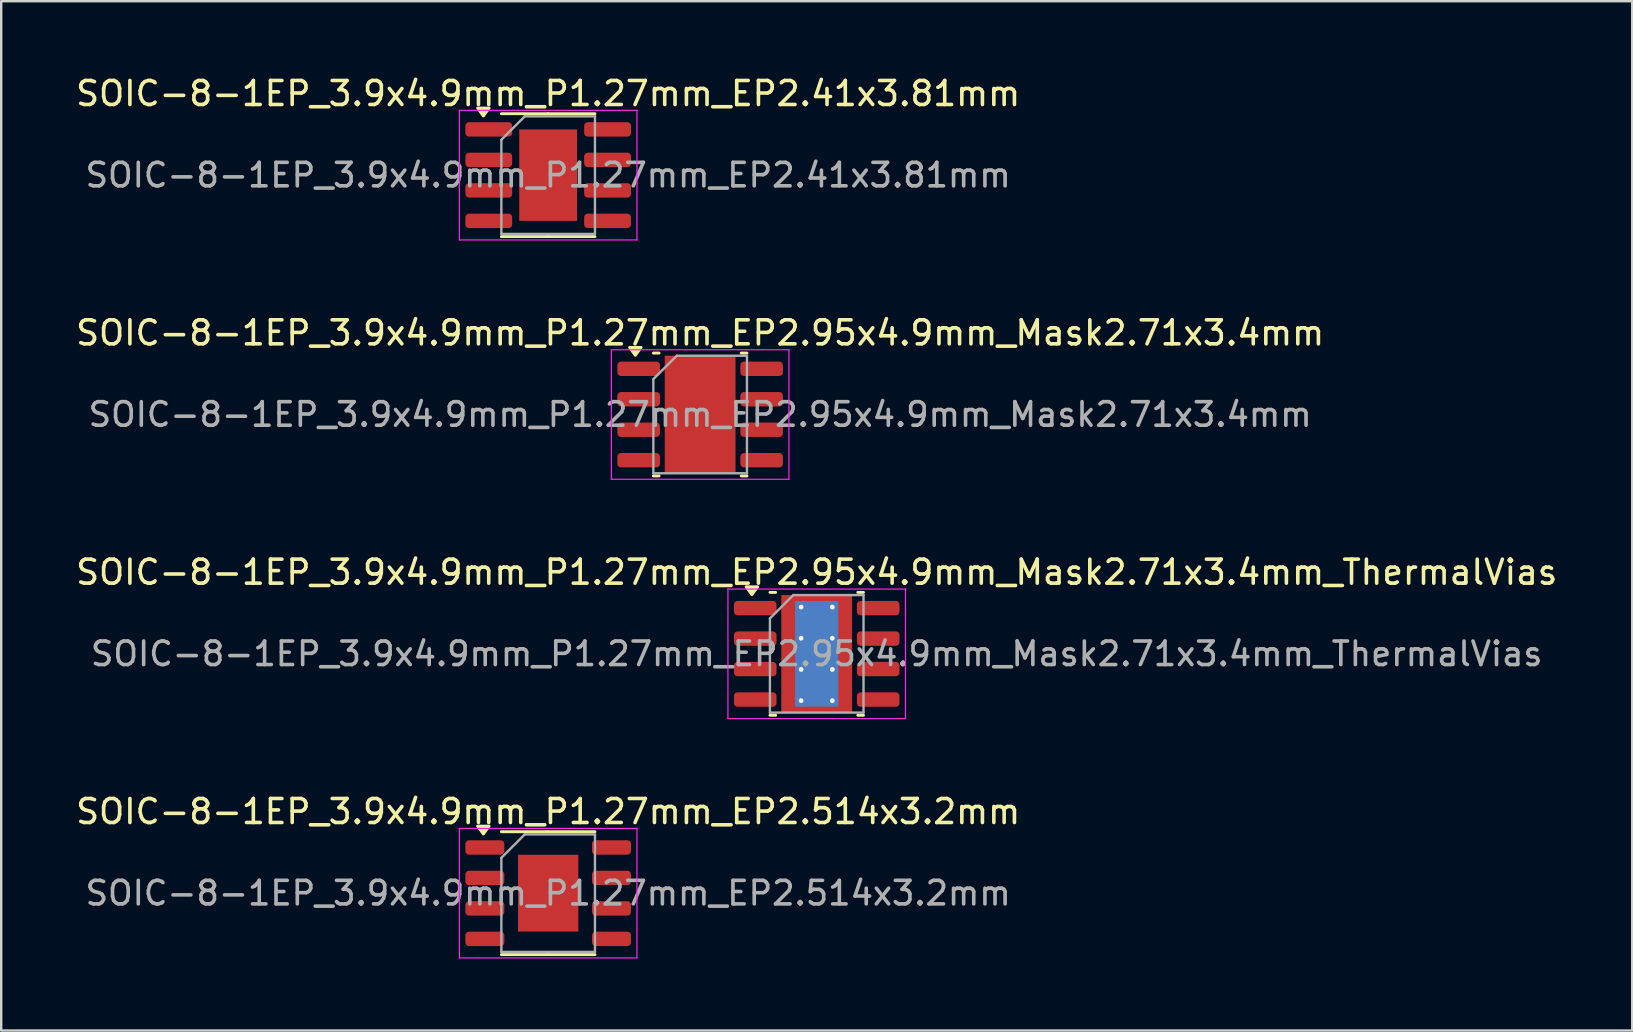
<source format=kicad_pcb>
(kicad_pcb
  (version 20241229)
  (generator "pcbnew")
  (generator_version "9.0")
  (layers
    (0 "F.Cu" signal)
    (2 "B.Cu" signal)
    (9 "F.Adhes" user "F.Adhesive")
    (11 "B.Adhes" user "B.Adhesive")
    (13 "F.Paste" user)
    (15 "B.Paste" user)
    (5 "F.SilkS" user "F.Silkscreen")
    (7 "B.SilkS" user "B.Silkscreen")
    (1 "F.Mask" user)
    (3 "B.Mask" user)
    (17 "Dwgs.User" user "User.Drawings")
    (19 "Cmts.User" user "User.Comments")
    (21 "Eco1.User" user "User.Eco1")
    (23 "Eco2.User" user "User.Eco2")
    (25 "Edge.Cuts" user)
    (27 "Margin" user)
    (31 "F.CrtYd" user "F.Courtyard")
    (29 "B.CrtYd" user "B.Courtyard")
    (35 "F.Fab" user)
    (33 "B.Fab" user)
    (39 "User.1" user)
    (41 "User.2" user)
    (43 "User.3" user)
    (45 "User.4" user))
  (footprint "SOIC-8-1EP_3.9x4.9mm_P1.27mm_EP2.95x4.9mm_Mask2.71x3.4mm_ThermalVias"
    (layer "F.Cu")
    (at 30.982 24.195)
    (property "Reference" "SOIC-8-1EP_3.9x4.9mm_P1.27mm_EP2.95x4.9mm_Mask2.71x3.4mm_ThermalVias" (at 0 -3.4 0) (layer "F.SilkS") (effects (font (size 1 1) (thickness 0.15))))
    (attr smd)
    (fp_line (start -1.711 -2.56) (end -1.95 -2.56) (stroke (width 0.12) (type solid)) (layer "F.SilkS"))
    (fp_line (start -1.711 2.56) (end -1.95 2.56) (stroke (width 0.12) (type solid)) (layer "F.SilkS"))
    (fp_line (start 1.711 -2.56) (end 1.95 -2.56) (stroke (width 0.12) (type solid)) (layer "F.SilkS"))
    (fp_line (start 1.711 2.56) (end 1.95 2.56) (stroke (width 0.12) (type solid)) (layer "F.SilkS"))
    (fp_poly (pts (xy -2.7 -2.465) (xy -2.94 -2.795) (xy -2.46 -2.795) (xy -2.7 -2.465)) (stroke (width 0.12) (type solid)) (fill yes) (layer "F.SilkS"))
    (fp_line (start -3.7 -2.7) (end -3.7 2.7) (stroke (width 0.05) (type solid)) (layer "F.CrtYd"))
    (fp_line (start -3.7 2.7) (end 3.7 2.7) (stroke (width 0.05) (type solid)) (layer "F.CrtYd"))
    (fp_line (start 3.7 -2.7) (end -3.7 -2.7) (stroke (width 0.05) (type solid)) (layer "F.CrtYd"))
    (fp_line (start 3.7 2.7) (end 3.7 -2.7) (stroke (width 0.05) (type solid)) (layer "F.CrtYd"))
    (fp_line (start -1.95 -1.475) (end -0.975 -2.45) (stroke (width 0.1) (type solid)) (layer "F.Fab"))
    (fp_line (start -1.95 2.45) (end -1.95 -1.475) (stroke (width 0.1) (type solid)) (layer "F.Fab"))
    (fp_line (start -0.975 -2.45) (end 1.95 -2.45) (stroke (width 0.1) (type solid)) (layer "F.Fab"))
    (fp_line (start 1.95 -2.45) (end 1.95 2.45) (stroke (width 0.1) (type solid)) (layer "F.Fab"))
    (fp_line (start 1.95 2.45) (end -1.95 2.45) (stroke (width 0.1) (type solid)) (layer "F.Fab"))
    (fp_text user "${REFERENCE}" (at 0 0 0) (layer "F.Fab") (effects (font (size 0.98 0.98) (thickness 0.15))))
    (pad "" smd roundrect (at -0.68 -0.85) (size 1.13 1.42) (layers "F.Paste") (roundrect_rratio 0.221))
    (pad "" smd roundrect (at -0.68 0.85) (size 1.13 1.42) (layers "F.Paste") (roundrect_rratio 0.221))
    (pad "" smd rect (at 0 0) (size 2.71 3.4) (layers "F.Mask"))
    (pad "" smd roundrect (at 0.68 -0.85) (size 1.13 1.42) (layers "F.Paste") (roundrect_rratio 0.221))
    (pad "" smd roundrect (at 0.68 0.85) (size 1.13 1.42) (layers "F.Paste") (roundrect_rratio 0.221))
    (pad "1" smd roundrect (at -2.562 -1.905) (size 1.775 0.6) (layers "F.Cu" "F.Mask" "F.Paste") (roundrect_rratio 0.25))
    (pad "2" smd roundrect (at -2.562 -0.635) (size 1.775 0.6) (layers "F.Cu" "F.Mask" "F.Paste") (roundrect_rratio 0.25))
    (pad "3" smd roundrect (at -2.562 0.635) (size 1.775 0.6) (layers "F.Cu" "F.Mask" "F.Paste") (roundrect_rratio 0.25))
    (pad "4" smd roundrect (at -2.562 1.905) (size 1.775 0.6) (layers "F.Cu" "F.Mask" "F.Paste") (roundrect_rratio 0.25))
    (pad "5" smd roundrect (at 2.562 1.905) (size 1.775 0.6) (layers "F.Cu" "F.Mask" "F.Paste") (roundrect_rratio 0.25))
    (pad "6" smd roundrect (at 2.562 0.635) (size 1.775 0.6) (layers "F.Cu" "F.Mask" "F.Paste") (roundrect_rratio 0.25))
    (pad "7" smd roundrect (at 2.562 -0.635) (size 1.775 0.6) (layers "F.Cu" "F.Mask" "F.Paste") (roundrect_rratio 0.25))
    (pad "8" smd roundrect (at 2.562 -1.905) (size 1.775 0.6) (layers "F.Cu" "F.Mask" "F.Paste") (roundrect_rratio 0.25))
    (pad "9" thru_hole circle (at -0.65 -1.95) (size 0.5 0.5) (drill 0.2) (property pad_prop_heatsink) (layers "*.Cu"))
    (pad "9" thru_hole circle (at -0.65 -0.65) (size 0.5 0.5) (drill 0.2) (property pad_prop_heatsink) (layers "*.Cu"))
    (pad "9" thru_hole circle (at -0.65 0.65) (size 0.5 0.5) (drill 0.2) (property pad_prop_heatsink) (layers "*.Cu"))
    (pad "9" thru_hole circle (at -0.65 1.95) (size 0.5 0.5) (drill 0.2) (property pad_prop_heatsink) (layers "*.Cu"))
    (pad "9" smd rect (at 0 0) (size 1.8 4.4) (property pad_prop_heatsink) (layers "B.Cu"))
    (pad "9" smd rect (at 0 0) (size 2.95 4.9) (property pad_prop_heatsink) (layers "F.Cu"))
    (pad "9" thru_hole circle (at 0.65 -1.95) (size 0.5 0.5) (drill 0.2) (property pad_prop_heatsink) (layers "*.Cu"))
    (pad "9" thru_hole circle (at 0.65 -0.65) (size 0.5 0.5) (drill 0.2) (property pad_prop_heatsink) (layers "*.Cu"))
    (pad "9" thru_hole circle (at 0.65 0.65) (size 0.5 0.5) (drill 0.2) (property pad_prop_heatsink) (layers "*.Cu"))
    (pad "9" thru_hole circle (at 0.65 1.95) (size 0.5 0.5) (drill 0.2) (property pad_prop_heatsink) (layers "*.Cu")))
  (footprint "SOIC-8-1EP_3.9x4.9mm_P1.27mm_EP2.41x3.81mm"
    (layer "F.Cu")
    (at 19.792 4.248)
    (property "Reference" "SOIC-8-1EP_3.9x4.9mm_P1.27mm_EP2.41x3.81mm" (at 0 -3.4 0) (layer "F.SilkS") (effects (font (size 1 1) (thickness 0.15))))
    (attr smd)
    (fp_line (start 0 -2.56) (end -1.95 -2.56) (stroke (width 0.12) (type solid)) (layer "F.SilkS"))
    (fp_line (start 0 -2.56) (end 1.95 -2.56) (stroke (width 0.12) (type solid)) (layer "F.SilkS"))
    (fp_line (start 0 2.56) (end -1.95 2.56) (stroke (width 0.12) (type solid)) (layer "F.SilkS"))
    (fp_line (start 0 2.56) (end 1.95 2.56) (stroke (width 0.12) (type solid)) (layer "F.SilkS"))
    (fp_poly (pts (xy -2.7 -2.465) (xy -2.94 -2.795) (xy -2.46 -2.795) (xy -2.7 -2.465)) (stroke (width 0.12) (type solid)) (fill yes) (layer "F.SilkS"))
    (fp_line (start -3.7 -2.7) (end -3.7 2.7) (stroke (width 0.05) (type solid)) (layer "F.CrtYd"))
    (fp_line (start -3.7 2.7) (end 3.7 2.7) (stroke (width 0.05) (type solid)) (layer "F.CrtYd"))
    (fp_line (start 3.7 -2.7) (end -3.7 -2.7) (stroke (width 0.05) (type solid)) (layer "F.CrtYd"))
    (fp_line (start 3.7 2.7) (end 3.7 -2.7) (stroke (width 0.05) (type solid)) (layer "F.CrtYd"))
    (fp_line (start -1.95 -1.475) (end -0.975 -2.45) (stroke (width 0.1) (type solid)) (layer "F.Fab"))
    (fp_line (start -1.95 2.45) (end -1.95 -1.475) (stroke (width 0.1) (type solid)) (layer "F.Fab"))
    (fp_line (start -0.975 -2.45) (end 1.95 -2.45) (stroke (width 0.1) (type solid)) (layer "F.Fab"))
    (fp_line (start 1.95 -2.45) (end 1.95 2.45) (stroke (width 0.1) (type solid)) (layer "F.Fab"))
    (fp_line (start 1.95 2.45) (end -1.95 2.45) (stroke (width 0.1) (type solid)) (layer "F.Fab"))
    (fp_text user "${REFERENCE}" (at 0 0 0) (layer "F.Fab") (effects (font (size 0.98 0.98) (thickness 0.15))))
    (pad "" smd roundrect (at -0.6 -0.95) (size 0.97 1.54) (layers "F.Paste") (roundrect_rratio 0.25))
    (pad "" smd roundrect (at -0.6 0.95) (size 0.97 1.54) (layers "F.Paste") (roundrect_rratio 0.25))
    (pad "" smd roundrect (at 0.6 -0.95) (size 0.97 1.54) (layers "F.Paste") (roundrect_rratio 0.25))
    (pad "" smd roundrect (at 0.6 0.95) (size 0.97 1.54) (layers "F.Paste") (roundrect_rratio 0.25))
    (pad "1" smd roundrect (at -2.475 -1.905) (size 1.95 0.6) (layers "F.Cu" "F.Mask" "F.Paste") (roundrect_rratio 0.25))
    (pad "2" smd roundrect (at -2.475 -0.635) (size 1.95 0.6) (layers "F.Cu" "F.Mask" "F.Paste") (roundrect_rratio 0.25))
    (pad "3" smd roundrect (at -2.475 0.635) (size 1.95 0.6) (layers "F.Cu" "F.Mask" "F.Paste") (roundrect_rratio 0.25))
    (pad "4" smd roundrect (at -2.475 1.905) (size 1.95 0.6) (layers "F.Cu" "F.Mask" "F.Paste") (roundrect_rratio 0.25))
    (pad "5" smd roundrect (at 2.475 1.905) (size 1.95 0.6) (layers "F.Cu" "F.Mask" "F.Paste") (roundrect_rratio 0.25))
    (pad "6" smd roundrect (at 2.475 0.635) (size 1.95 0.6) (layers "F.Cu" "F.Mask" "F.Paste") (roundrect_rratio 0.25))
    (pad "7" smd roundrect (at 2.475 -0.635) (size 1.95 0.6) (layers "F.Cu" "F.Mask" "F.Paste") (roundrect_rratio 0.25))
    (pad "8" smd roundrect (at 2.475 -1.905) (size 1.95 0.6) (layers "F.Cu" "F.Mask" "F.Paste") (roundrect_rratio 0.25))
    (pad "9" smd rect (at 0 0) (size 2.41 3.81) (property pad_prop_heatsink) (layers "F.Cu" "F.Mask")))
  (footprint "SOIC-8-1EP_3.9x4.9mm_P1.27mm_EP2.514x3.2mm"
    (layer "F.Cu")
    (at 19.792 34.168)
    (property "Reference" "SOIC-8-1EP_3.9x4.9mm_P1.27mm_EP2.514x3.2mm" (at 0 -3.4 0) (layer "F.SilkS") (effects (font (size 1 1) (thickness 0.15))))
    (attr smd)
    (fp_line (start 0 -2.56) (end -1.95 -2.56) (stroke (width 0.12) (type solid)) (layer "F.SilkS"))
    (fp_line (start 0 -2.56) (end 1.95 -2.56) (stroke (width 0.12) (type solid)) (layer "F.SilkS"))
    (fp_line (start 0 2.56) (end -1.95 2.56) (stroke (width 0.12) (type solid)) (layer "F.SilkS"))
    (fp_line (start 0 2.56) (end 1.95 2.56) (stroke (width 0.12) (type solid)) (layer "F.SilkS"))
    (fp_poly (pts (xy -2.7 -2.465) (xy -2.94 -2.795) (xy -2.46 -2.795) (xy -2.7 -2.465)) (stroke (width 0.12) (type solid)) (fill yes) (layer "F.SilkS"))
    (fp_line (start -3.7 -2.7) (end -3.7 2.7) (stroke (width 0.05) (type solid)) (layer "F.CrtYd"))
    (fp_line (start -3.7 2.7) (end 3.7 2.7) (stroke (width 0.05) (type solid)) (layer "F.CrtYd"))
    (fp_line (start 3.7 -2.7) (end -3.7 -2.7) (stroke (width 0.05) (type solid)) (layer "F.CrtYd"))
    (fp_line (start 3.7 2.7) (end 3.7 -2.7) (stroke (width 0.05) (type solid)) (layer "F.CrtYd"))
    (fp_line (start -1.95 -1.475) (end -0.975 -2.45) (stroke (width 0.1) (type solid)) (layer "F.Fab"))
    (fp_line (start -1.95 2.45) (end -1.95 -1.475) (stroke (width 0.1) (type solid)) (layer "F.Fab"))
    (fp_line (start -0.975 -2.45) (end 1.95 -2.45) (stroke (width 0.1) (type solid)) (layer "F.Fab"))
    (fp_line (start 1.95 -2.45) (end 1.95 2.45) (stroke (width 0.1) (type solid)) (layer "F.Fab"))
    (fp_line (start 1.95 2.45) (end -1.95 2.45) (stroke (width 0.1) (type solid)) (layer "F.Fab"))
    (fp_text user "${REFERENCE}" (at 0 0 0) (layer "F.Fab") (effects (font (size 0.98 0.98) (thickness 0.15))))
    (pad "" smd roundrect (at -0.63 -0.8) (size 1.01 1.29) (layers "F.Paste") (roundrect_rratio 0.248))
    (pad "" smd roundrect (at -0.63 0.8) (size 1.01 1.29) (layers "F.Paste") (roundrect_rratio 0.248))
    (pad "" smd roundrect (at 0.63 -0.8) (size 1.01 1.29) (layers "F.Paste") (roundrect_rratio 0.248))
    (pad "" smd roundrect (at 0.63 0.8) (size 1.01 1.29) (layers "F.Paste") (roundrect_rratio 0.248))
    (pad "1" smd roundrect (at -2.638 -1.905) (size 1.625 0.6) (layers "F.Cu" "F.Mask" "F.Paste") (roundrect_rratio 0.25))
    (pad "2" smd roundrect (at -2.638 -0.635) (size 1.625 0.6) (layers "F.Cu" "F.Mask" "F.Paste") (roundrect_rratio 0.25))
    (pad "3" smd roundrect (at -2.638 0.635) (size 1.625 0.6) (layers "F.Cu" "F.Mask" "F.Paste") (roundrect_rratio 0.25))
    (pad "4" smd roundrect (at -2.638 1.905) (size 1.625 0.6) (layers "F.Cu" "F.Mask" "F.Paste") (roundrect_rratio 0.25))
    (pad "5" smd roundrect (at 2.638 1.905) (size 1.625 0.6) (layers "F.Cu" "F.Mask" "F.Paste") (roundrect_rratio 0.25))
    (pad "6" smd roundrect (at 2.638 0.635) (size 1.625 0.6) (layers "F.Cu" "F.Mask" "F.Paste") (roundrect_rratio 0.25))
    (pad "7" smd roundrect (at 2.638 -0.635) (size 1.625 0.6) (layers "F.Cu" "F.Mask" "F.Paste") (roundrect_rratio 0.25))
    (pad "8" smd roundrect (at 2.638 -1.905) (size 1.625 0.6) (layers "F.Cu" "F.Mask" "F.Paste") (roundrect_rratio 0.25))
    (pad "9" smd rect (at 0 0) (size 2.514 3.2) (property pad_prop_heatsink) (layers "F.Cu" "F.Mask")))
  (footprint "SOIC-8-1EP_3.9x4.9mm_P1.27mm_EP2.95x4.9mm_Mask2.71x3.4mm"
    (layer "F.Cu")
    (at 26.125 14.222)
    (property "Reference" "SOIC-8-1EP_3.9x4.9mm_P1.27mm_EP2.95x4.9mm_Mask2.71x3.4mm" (at 0 -3.4 0) (layer "F.SilkS") (effects (font (size 1 1) (thickness 0.15))))
    (attr smd)
    (fp_line (start -1.711 -2.56) (end -1.95 -2.56) (stroke (width 0.12) (type solid)) (layer "F.SilkS"))
    (fp_line (start -1.711 2.56) (end -1.95 2.56) (stroke (width 0.12) (type solid)) (layer "F.SilkS"))
    (fp_line (start 1.711 -2.56) (end 1.95 -2.56) (stroke (width 0.12) (type solid)) (layer "F.SilkS"))
    (fp_line (start 1.711 2.56) (end 1.95 2.56) (stroke (width 0.12) (type solid)) (layer "F.SilkS"))
    (fp_poly (pts (xy -2.7 -2.465) (xy -2.94 -2.795) (xy -2.46 -2.795) (xy -2.7 -2.465)) (stroke (width 0.12) (type solid)) (fill yes) (layer "F.SilkS"))
    (fp_line (start -3.7 -2.7) (end -3.7 2.7) (stroke (width 0.05) (type solid)) (layer "F.CrtYd"))
    (fp_line (start -3.7 2.7) (end 3.7 2.7) (stroke (width 0.05) (type solid)) (layer "F.CrtYd"))
    (fp_line (start 3.7 -2.7) (end -3.7 -2.7) (stroke (width 0.05) (type solid)) (layer "F.CrtYd"))
    (fp_line (start 3.7 2.7) (end 3.7 -2.7) (stroke (width 0.05) (type solid)) (layer "F.CrtYd"))
    (fp_line (start -1.95 -1.475) (end -0.975 -2.45) (stroke (width 0.1) (type solid)) (layer "F.Fab"))
    (fp_line (start -1.95 2.45) (end -1.95 -1.475) (stroke (width 0.1) (type solid)) (layer "F.Fab"))
    (fp_line (start -0.975 -2.45) (end 1.95 -2.45) (stroke (width 0.1) (type solid)) (layer "F.Fab"))
    (fp_line (start 1.95 -2.45) (end 1.95 2.45) (stroke (width 0.1) (type solid)) (layer "F.Fab"))
    (fp_line (start 1.95 2.45) (end -1.95 2.45) (stroke (width 0.1) (type solid)) (layer "F.Fab"))
    (fp_text user "${REFERENCE}" (at 0 0 0) (layer "F.Fab") (effects (font (size 0.98 0.98) (thickness 0.15))))
    (pad "" smd roundrect (at -0.68 -0.85) (size 1.09 1.37) (layers "F.Paste") (roundrect_rratio 0.229))
    (pad "" smd roundrect (at -0.68 0.85) (size 1.09 1.37) (layers "F.Paste") (roundrect_rratio 0.229))
    (pad "" smd rect (at 0 0) (size 2.71 3.4) (layers "F.Mask"))
    (pad "" smd roundrect (at 0.68 -0.85) (size 1.09 1.37) (layers "F.Paste") (roundrect_rratio 0.229))
    (pad "" smd roundrect (at 0.68 0.85) (size 1.09 1.37) (layers "F.Paste") (roundrect_rratio 0.229))
    (pad "1" smd roundrect (at -2.562 -1.905) (size 1.775 0.6) (layers "F.Cu" "F.Mask" "F.Paste") (roundrect_rratio 0.25))
    (pad "2" smd roundrect (at -2.562 -0.635) (size 1.775 0.6) (layers "F.Cu" "F.Mask" "F.Paste") (roundrect_rratio 0.25))
    (pad "3" smd roundrect (at -2.562 0.635) (size 1.775 0.6) (layers "F.Cu" "F.Mask" "F.Paste") (roundrect_rratio 0.25))
    (pad "4" smd roundrect (at -2.562 1.905) (size 1.775 0.6) (layers "F.Cu" "F.Mask" "F.Paste") (roundrect_rratio 0.25))
    (pad "5" smd roundrect (at 2.562 1.905) (size 1.775 0.6) (layers "F.Cu" "F.Mask" "F.Paste") (roundrect_rratio 0.25))
    (pad "6" smd roundrect (at 2.562 0.635) (size 1.775 0.6) (layers "F.Cu" "F.Mask" "F.Paste") (roundrect_rratio 0.25))
    (pad "7" smd roundrect (at 2.562 -0.635) (size 1.775 0.6) (layers "F.Cu" "F.Mask" "F.Paste") (roundrect_rratio 0.25))
    (pad "8" smd roundrect (at 2.562 -1.905) (size 1.775 0.6) (layers "F.Cu" "F.Mask" "F.Paste") (roundrect_rratio 0.25))
    (pad "9" smd rect (at 0 0) (size 2.95 4.9) (property pad_prop_heatsink) (layers "F.Cu")))
  (gr_rect
    (start -3 -3)
    (end 64.964 39.893)
    (stroke (width 0.1) (type default))
    (fill no)
    (layer "Edge.Cuts")))
</source>
